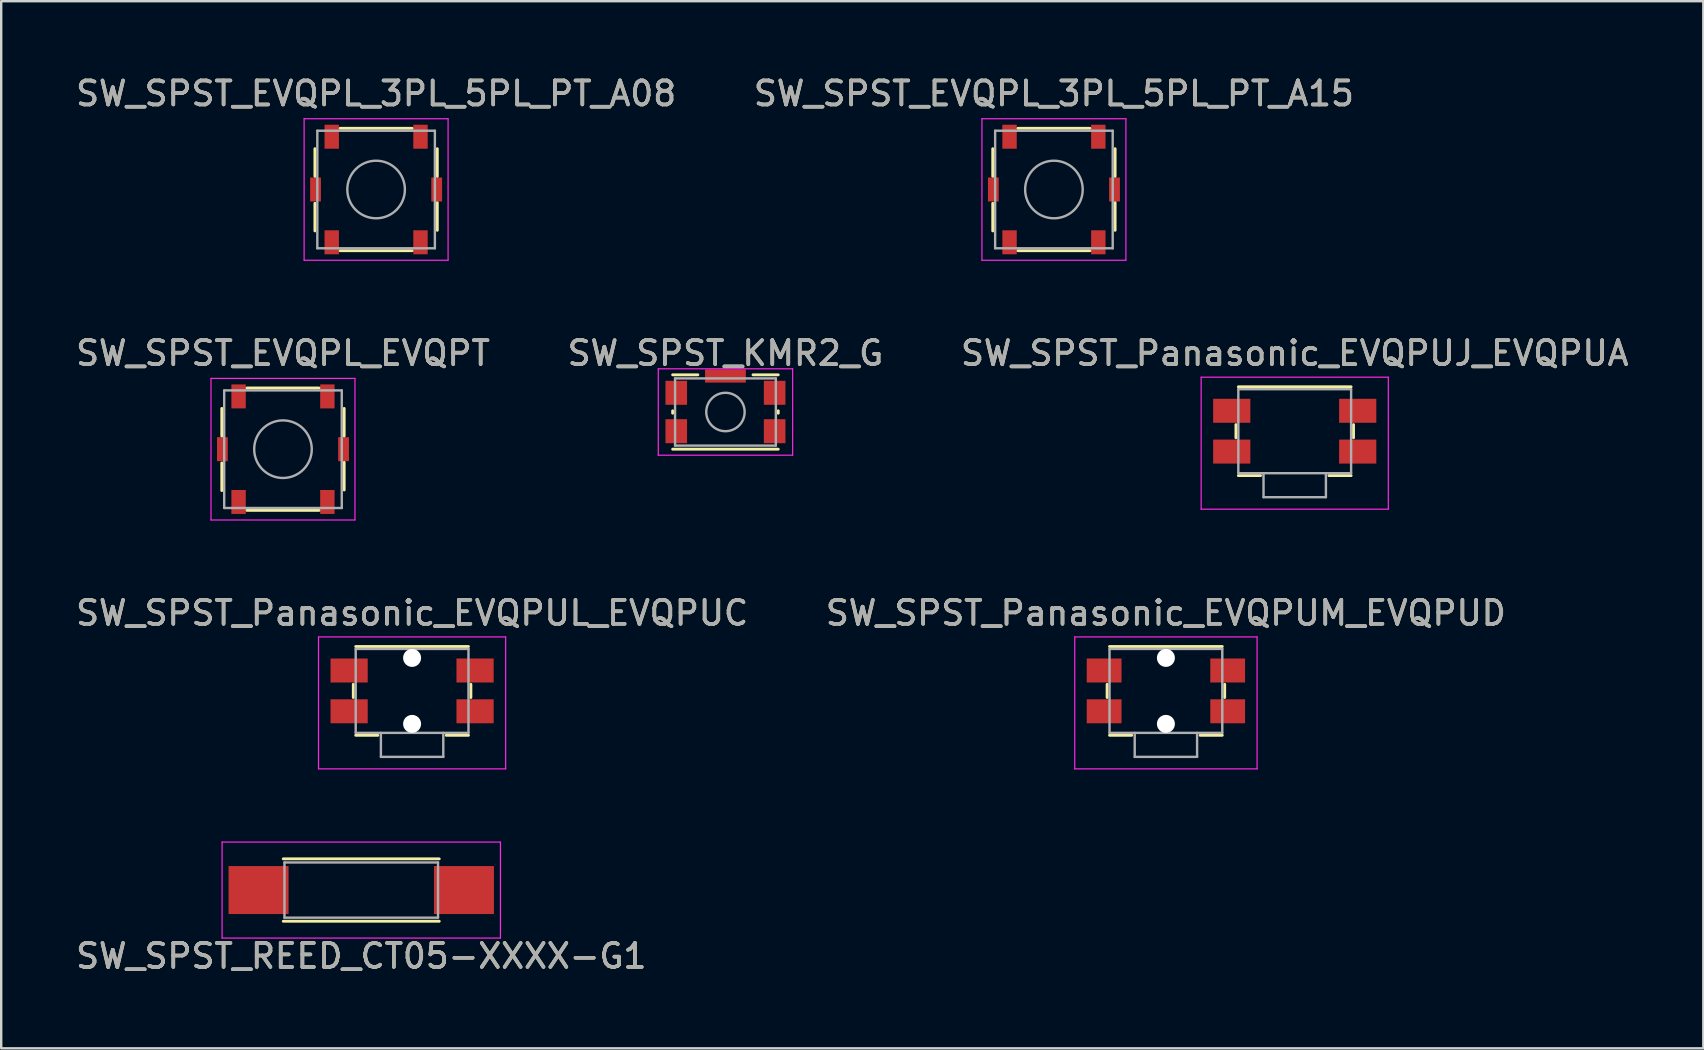
<source format=kicad_pcb>
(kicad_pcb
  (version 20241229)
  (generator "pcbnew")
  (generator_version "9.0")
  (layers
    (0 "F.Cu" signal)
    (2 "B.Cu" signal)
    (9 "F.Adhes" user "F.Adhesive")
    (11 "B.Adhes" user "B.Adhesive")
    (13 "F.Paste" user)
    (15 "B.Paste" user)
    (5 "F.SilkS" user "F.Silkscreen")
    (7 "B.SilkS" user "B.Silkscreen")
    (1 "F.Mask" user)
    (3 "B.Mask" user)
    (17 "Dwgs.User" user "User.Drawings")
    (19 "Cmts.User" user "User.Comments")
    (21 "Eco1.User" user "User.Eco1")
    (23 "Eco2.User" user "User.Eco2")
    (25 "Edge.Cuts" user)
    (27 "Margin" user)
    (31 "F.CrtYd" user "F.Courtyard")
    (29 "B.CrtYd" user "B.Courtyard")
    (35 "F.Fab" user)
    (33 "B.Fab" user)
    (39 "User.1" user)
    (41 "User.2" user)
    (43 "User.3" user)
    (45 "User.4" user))
  (footprint "SW_SPST_Panasonic_EVQPUM_EVQPUD"
    (layer "F.Cu")
    (at 45.542 25.745)
    (property "Reference" "SW_SPST_Panasonic_EVQPUM_EVQPUD" (at 0 -3.25 0) (layer "F.SilkS") (effects (font (size 1 1) (thickness 0.15))))
    (attr smd)
    (fp_line (start -2.45 -0.275) (end -2.45 0.275) (stroke (width 0.12) (type solid)) (layer "F.SilkS"))
    (fp_line (start -2.35 -1.85) (end 2.35 -1.85) (stroke (width 0.12) (type solid)) (layer "F.SilkS"))
    (fp_line (start -2.35 1.85) (end -1.425 1.85) (stroke (width 0.12) (type solid)) (layer "F.SilkS"))
    (fp_line (start 1.425 1.85) (end 2.35 1.85) (stroke (width 0.12) (type solid)) (layer "F.SilkS"))
    (fp_line (start 2.45 -0.275) (end 2.45 0.275) (stroke (width 0.12) (type solid)) (layer "F.SilkS"))
    (fp_line (start -3.8 -2.25) (end -3.8 3.25) (stroke (width 0.05) (type solid)) (layer "F.CrtYd"))
    (fp_line (start -3.8 -2.25) (end 3.8 -2.25) (stroke (width 0.05) (type solid)) (layer "F.CrtYd"))
    (fp_line (start -3.8 3.25) (end 3.8 3.25) (stroke (width 0.05) (type solid)) (layer "F.CrtYd"))
    (fp_line (start 3.8 -2.25) (end 3.8 3.25) (stroke (width 0.05) (type solid)) (layer "F.CrtYd"))
    (fp_line (start -2.35 -1.75) (end -2.35 1.75) (stroke (width 0.1) (type solid)) (layer "F.Fab"))
    (fp_line (start -2.35 -1.75) (end 2.35 -1.75) (stroke (width 0.1) (type solid)) (layer "F.Fab"))
    (fp_line (start -2.35 1.75) (end 2.35 1.75) (stroke (width 0.1) (type solid)) (layer "F.Fab"))
    (fp_line (start -1.3 2.75) (end -1.3 1.75) (stroke (width 0.1) (type solid)) (layer "F.Fab"))
    (fp_line (start -1.3 2.75) (end 1.3 2.75) (stroke (width 0.1) (type solid)) (layer "F.Fab"))
    (fp_line (start 1.3 2.75) (end 1.3 1.75) (stroke (width 0.1) (type solid)) (layer "F.Fab"))
    (fp_line (start 2.35 -1.75) (end 2.35 1.75) (stroke (width 0.1) (type solid)) (layer "F.Fab"))
    (fp_text user "${REFERENCE}" (at 0 -3.25 0) (layer "F.Fab") (effects (font (size 1 1) (thickness 0.15))))
    (pad "" np_thru_hole circle (at 0 -1.375) (size 0.75 0.75) (drill 0.75) (layers "*.Cu" "*.Mask"))
    (pad "" np_thru_hole circle (at 0 1.375) (size 0.75 0.75) (drill 0.75) (layers "*.Cu" "*.Mask"))
    (pad "1" smd rect (at 2.575 -0.85) (size 1.45 1) (layers "F.Cu" "F.Mask" "F.Paste"))
    (pad "1" smd rect (at 2.575 0.85) (size 1.45 1) (layers "F.Cu" "F.Mask" "F.Paste"))
    (pad "2" smd rect (at -2.575 -0.85) (size 1.45 1) (layers "F.Cu" "F.Mask" "F.Paste"))
    (pad "2" smd rect (at -2.575 0.85) (size 1.45 1) (layers "F.Cu" "F.Mask" "F.Paste")))
  (footprint "SW_SPST_Panasonic_EVQPUL_EVQPUC"
    (layer "F.Cu")
    (at 14.125 25.745)
    (property "Reference" "SW_SPST_Panasonic_EVQPUL_EVQPUC" (at 0 -3.25 0) (layer "F.SilkS") (effects (font (size 1 1) (thickness 0.15))))
    (attr smd)
    (fp_line (start -2.45 -0.275) (end -2.45 0.275) (stroke (width 0.12) (type solid)) (layer "F.SilkS"))
    (fp_line (start -2.35 -1.85) (end 2.35 -1.85) (stroke (width 0.12) (type solid)) (layer "F.SilkS"))
    (fp_line (start -2.35 1.85) (end -1.425 1.85) (stroke (width 0.12) (type solid)) (layer "F.SilkS"))
    (fp_line (start 1.425 1.85) (end 2.35 1.85) (stroke (width 0.12) (type solid)) (layer "F.SilkS"))
    (fp_line (start 2.45 -0.275) (end 2.45 0.275) (stroke (width 0.12) (type solid)) (layer "F.SilkS"))
    (fp_line (start -3.9 -2.25) (end -3.9 3.25) (stroke (width 0.05) (type solid)) (layer "F.CrtYd"))
    (fp_line (start -3.9 -2.25) (end 3.9 -2.25) (stroke (width 0.05) (type solid)) (layer "F.CrtYd"))
    (fp_line (start -3.9 3.25) (end 3.9 3.25) (stroke (width 0.05) (type solid)) (layer "F.CrtYd"))
    (fp_line (start 3.9 -2.25) (end 3.9 3.25) (stroke (width 0.05) (type solid)) (layer "F.CrtYd"))
    (fp_line (start -2.35 -1.75) (end -2.35 1.75) (stroke (width 0.1) (type solid)) (layer "F.Fab"))
    (fp_line (start -2.35 -1.75) (end 2.35 -1.75) (stroke (width 0.1) (type solid)) (layer "F.Fab"))
    (fp_line (start -2.35 1.75) (end 2.35 1.75) (stroke (width 0.1) (type solid)) (layer "F.Fab"))
    (fp_line (start -1.3 2.75) (end -1.3 1.75) (stroke (width 0.1) (type solid)) (layer "F.Fab"))
    (fp_line (start -1.3 2.75) (end 1.3 2.75) (stroke (width 0.1) (type solid)) (layer "F.Fab"))
    (fp_line (start 1.3 2.75) (end 1.3 1.75) (stroke (width 0.1) (type solid)) (layer "F.Fab"))
    (fp_line (start 2.35 -1.75) (end 2.35 1.75) (stroke (width 0.1) (type solid)) (layer "F.Fab"))
    (fp_text user "${REFERENCE}" (at 0 -3.25 0) (layer "F.Fab") (effects (font (size 1 1) (thickness 0.15))))
    (pad "" np_thru_hole circle (at 0 -1.375) (size 0.75 0.75) (drill 0.75) (layers "*.Cu" "*.Mask"))
    (pad "" np_thru_hole circle (at 0 1.375) (size 0.75 0.75) (drill 0.75) (layers "*.Cu" "*.Mask"))
    (pad "1" smd rect (at 2.625 -0.85) (size 1.55 1) (layers "F.Cu" "F.Mask" "F.Paste"))
    (pad "1" smd rect (at 2.625 0.85) (size 1.55 1) (layers "F.Cu" "F.Mask" "F.Paste"))
    (pad "2" smd rect (at -2.625 -0.85) (size 1.55 1) (layers "F.Cu" "F.Mask" "F.Paste"))
    (pad "2" smd rect (at -2.625 0.85) (size 1.55 1) (layers "F.Cu" "F.Mask" "F.Paste")))
  (footprint "SW_SPST_Panasonic_EVQPUJ_EVQPUA"
    (layer "F.Cu")
    (at 50.911 14.921)
    (property "Reference" "SW_SPST_Panasonic_EVQPUJ_EVQPUA" (at 0 -3.25 0) (layer "F.SilkS") (effects (font (size 1 1) (thickness 0.15))))
    (attr smd)
    (fp_line (start -2.45 -0.275) (end -2.45 0.275) (stroke (width 0.12) (type solid)) (layer "F.SilkS"))
    (fp_line (start -2.35 -1.85) (end 2.35 -1.85) (stroke (width 0.12) (type solid)) (layer "F.SilkS"))
    (fp_line (start -2.35 1.85) (end -1.425 1.85) (stroke (width 0.12) (type solid)) (layer "F.SilkS"))
    (fp_line (start 1.425 1.85) (end 2.35 1.85) (stroke (width 0.12) (type solid)) (layer "F.SilkS"))
    (fp_line (start 2.45 -0.275) (end 2.45 0.275) (stroke (width 0.12) (type solid)) (layer "F.SilkS"))
    (fp_line (start -3.9 -2.25) (end -3.9 3.25) (stroke (width 0.05) (type solid)) (layer "F.CrtYd"))
    (fp_line (start -3.9 -2.25) (end 3.9 -2.25) (stroke (width 0.05) (type solid)) (layer "F.CrtYd"))
    (fp_line (start -3.9 3.25) (end 3.9 3.25) (stroke (width 0.05) (type solid)) (layer "F.CrtYd"))
    (fp_line (start 3.9 -2.25) (end 3.9 3.25) (stroke (width 0.05) (type solid)) (layer "F.CrtYd"))
    (fp_line (start -2.35 -1.75) (end -2.35 1.75) (stroke (width 0.1) (type solid)) (layer "F.Fab"))
    (fp_line (start -2.35 -1.75) (end 2.35 -1.75) (stroke (width 0.1) (type solid)) (layer "F.Fab"))
    (fp_line (start -2.35 1.75) (end 2.35 1.75) (stroke (width 0.1) (type solid)) (layer "F.Fab"))
    (fp_line (start -1.3 2.75) (end -1.3 1.75) (stroke (width 0.1) (type solid)) (layer "F.Fab"))
    (fp_line (start -1.3 2.75) (end 1.3 2.75) (stroke (width 0.1) (type solid)) (layer "F.Fab"))
    (fp_line (start 1.3 2.75) (end 1.3 1.75) (stroke (width 0.1) (type solid)) (layer "F.Fab"))
    (fp_line (start 2.35 -1.75) (end 2.35 1.75) (stroke (width 0.1) (type solid)) (layer "F.Fab"))
    (fp_text user "${REFERENCE}" (at 0 -3.25 0) (layer "F.Fab") (effects (font (size 1 1) (thickness 0.15))))
    (pad "1" smd rect (at 2.625 -0.85) (size 1.55 1) (layers "F.Cu" "F.Mask" "F.Paste"))
    (pad "1" smd rect (at 2.625 0.85) (size 1.55 1) (layers "F.Cu" "F.Mask" "F.Paste"))
    (pad "2" smd rect (at -2.625 -0.85) (size 1.55 1) (layers "F.Cu" "F.Mask" "F.Paste"))
    (pad "2" smd rect (at -2.625 0.85) (size 1.55 1) (layers "F.Cu" "F.Mask" "F.Paste")))
  (footprint "SW_SPST_EVQPL_EVQPT"
    (layer "F.Cu")
    (at 8.744 15.671)
    (property "Reference" "SW_SPST_EVQPL_EVQPT" (at 0 -4 0) (layer "F.SilkS") (effects (font (size 1 1) (thickness 0.15))))
    (attr smd)
    (fp_line (start -2.55 -1.7) (end -2.55 -0.55) (stroke (width 0.12) (type solid)) (layer "F.SilkS"))
    (fp_line (start -2.55 0.575) (end -2.55 1.725) (stroke (width 0.12) (type solid)) (layer "F.SilkS"))
    (fp_line (start -1.5 -2.55) (end 1.5 -2.55) (stroke (width 0.12) (type solid)) (layer "F.SilkS"))
    (fp_line (start -1.5 2.55) (end 1.5 2.55) (stroke (width 0.12) (type solid)) (layer "F.SilkS"))
    (fp_line (start 2.55 -1.7) (end 2.55 -0.55) (stroke (width 0.12) (type solid)) (layer "F.SilkS"))
    (fp_line (start 2.55 0.55) (end 2.55 1.7) (stroke (width 0.12) (type solid)) (layer "F.SilkS"))
    (fp_line (start -3 -2.95) (end 3 -2.95) (stroke (width 0.05) (type solid)) (layer "F.CrtYd"))
    (fp_line (start -3 2.95) (end -3 -2.95) (stroke (width 0.05) (type solid)) (layer "F.CrtYd"))
    (fp_line (start -3 2.95) (end 3 2.95) (stroke (width 0.05) (type solid)) (layer "F.CrtYd"))
    (fp_line (start 3 2.95) (end 3 -2.95) (stroke (width 0.05) (type solid)) (layer "F.CrtYd"))
    (fp_line (start -2.45 -2.45) (end -2.45 2.45) (stroke (width 0.1) (type solid)) (layer "F.Fab"))
    (fp_line (start -2.45 -2.45) (end 2.45 -2.45) (stroke (width 0.1) (type solid)) (layer "F.Fab"))
    (fp_line (start 2.45 -2.45) (end 2.45 2.45) (stroke (width 0.1) (type solid)) (layer "F.Fab"))
    (fp_line (start 2.45 2.45) (end -2.45 2.45) (stroke (width 0.1) (type solid)) (layer "F.Fab"))
    (fp_circle (center 0 0) (end 1.2 0) (stroke (width 0.1) (type solid)) (fill no) (layer "F.Fab"))
    (fp_text user "${REFERENCE}" (at 0 -4 0) (layer "F.Fab") (effects (font (size 1 1) (thickness 0.15))))
    (pad "" smd rect (at -2.525 0) (size 0.45 1) (layers "F.Cu" "F.Mask" "F.Paste"))
    (pad "" smd rect (at 2.525 0) (size 0.45 1) (layers "F.Cu" "F.Mask" "F.Paste"))
    (pad "1" smd rect (at -1.85 -2.2) (size 0.6 1) (layers "F.Cu" "F.Mask" "F.Paste"))
    (pad "1" smd rect (at -1.85 2.2) (size 0.6 1) (layers "F.Cu" "F.Mask" "F.Paste"))
    (pad "2" smd rect (at 1.85 -2.2) (size 0.6 1) (layers "F.Cu" "F.Mask" "F.Paste"))
    (pad "2" smd rect (at 1.85 2.2) (size 0.6 1) (layers "F.Cu" "F.Mask" "F.Paste")))
  (footprint "SW_SPST_EVQPL_3PL_5PL_PT_A15"
    (layer "F.Cu")
    (at 40.875 4.848)
    (property "Reference" "SW_SPST_EVQPL_3PL_5PL_PT_A15" (at 0 -4 0) (layer "F.SilkS") (effects (font (size 1 1) (thickness 0.15))))
    (attr smd)
    (fp_line (start -2.55 -1.7) (end -2.55 -0.55) (stroke (width 0.12) (type solid)) (layer "F.SilkS"))
    (fp_line (start -2.55 0.575) (end -2.55 1.725) (stroke (width 0.12) (type solid)) (layer "F.SilkS"))
    (fp_line (start -1.5 -2.55) (end 1.5 -2.55) (stroke (width 0.12) (type solid)) (layer "F.SilkS"))
    (fp_line (start -1.5 2.55) (end 1.5 2.55) (stroke (width 0.12) (type solid)) (layer "F.SilkS"))
    (fp_line (start 2.55 -1.7) (end 2.55 -0.55) (stroke (width 0.12) (type solid)) (layer "F.SilkS"))
    (fp_line (start 2.55 0.55) (end 2.55 1.7) (stroke (width 0.12) (type solid)) (layer "F.SilkS"))
    (fp_line (start -3 -2.95) (end 3 -2.95) (stroke (width 0.05) (type solid)) (layer "F.CrtYd"))
    (fp_line (start -3 2.95) (end -3 -2.95) (stroke (width 0.05) (type solid)) (layer "F.CrtYd"))
    (fp_line (start -3 2.95) (end 3 2.95) (stroke (width 0.05) (type solid)) (layer "F.CrtYd"))
    (fp_line (start 3 2.95) (end 3 -2.95) (stroke (width 0.05) (type solid)) (layer "F.CrtYd"))
    (fp_line (start -2.45 -2.45) (end -2.45 2.45) (stroke (width 0.1) (type solid)) (layer "F.Fab"))
    (fp_line (start -2.45 -2.45) (end 2.45 -2.45) (stroke (width 0.1) (type solid)) (layer "F.Fab"))
    (fp_line (start 2.45 -2.45) (end 2.45 2.45) (stroke (width 0.1) (type solid)) (layer "F.Fab"))
    (fp_line (start 2.45 2.45) (end -2.45 2.45) (stroke (width 0.1) (type solid)) (layer "F.Fab"))
    (fp_circle (center 0 0) (end 1.2 0) (stroke (width 0.1) (type solid)) (fill no) (layer "F.Fab"))
    (fp_text user "${REFERENCE}" (at 0 -4 0) (layer "F.Fab") (effects (font (size 1 1) (thickness 0.15))))
    (pad "" smd rect (at -2.525 0) (size 0.45 1) (layers "F.Cu" "F.Mask" "F.Paste"))
    (pad "" smd rect (at 2.525 0) (size 0.45 1) (layers "F.Cu" "F.Mask" "F.Paste"))
    (pad "1" smd rect (at -1.85 -2.2) (size 0.6 1) (layers "F.Cu" "F.Mask" "F.Paste"))
    (pad "1" smd rect (at -1.85 2.2) (size 0.6 1) (layers "F.Cu" "F.Mask" "F.Paste"))
    (pad "2" smd rect (at 1.85 -2.2) (size 0.6 1) (layers "F.Cu" "F.Mask" "F.Paste"))
    (pad "2" smd rect (at 1.85 2.2) (size 0.6 1) (layers "F.Cu" "F.Mask" "F.Paste")))
  (footprint "SW_SPST_EVQPL_3PL_5PL_PT_A08"
    (layer "F.Cu")
    (at 12.625 4.848)
    (property "Reference" "SW_SPST_EVQPL_3PL_5PL_PT_A08" (at 0 -4 0) (layer "F.SilkS") (effects (font (size 1 1) (thickness 0.15))))
    (attr smd)
    (fp_line (start -2.55 -1.7) (end -2.55 -0.55) (stroke (width 0.12) (type solid)) (layer "F.SilkS"))
    (fp_line (start -2.55 0.575) (end -2.55 1.725) (stroke (width 0.12) (type solid)) (layer "F.SilkS"))
    (fp_line (start -1.5 -2.55) (end 1.5 -2.55) (stroke (width 0.12) (type solid)) (layer "F.SilkS"))
    (fp_line (start -1.5 2.55) (end 1.5 2.55) (stroke (width 0.12) (type solid)) (layer "F.SilkS"))
    (fp_line (start 2.55 -1.7) (end 2.55 -0.55) (stroke (width 0.12) (type solid)) (layer "F.SilkS"))
    (fp_line (start 2.55 0.55) (end 2.55 1.7) (stroke (width 0.12) (type solid)) (layer "F.SilkS"))
    (fp_line (start -3 -2.95) (end 3 -2.95) (stroke (width 0.05) (type solid)) (layer "F.CrtYd"))
    (fp_line (start -3 2.95) (end -3 -2.95) (stroke (width 0.05) (type solid)) (layer "F.CrtYd"))
    (fp_line (start -3 2.95) (end 3 2.95) (stroke (width 0.05) (type solid)) (layer "F.CrtYd"))
    (fp_line (start 3 2.95) (end 3 -2.95) (stroke (width 0.05) (type solid)) (layer "F.CrtYd"))
    (fp_line (start -2.45 -2.45) (end -2.45 2.45) (stroke (width 0.1) (type solid)) (layer "F.Fab"))
    (fp_line (start -2.45 -2.45) (end 2.45 -2.45) (stroke (width 0.1) (type solid)) (layer "F.Fab"))
    (fp_line (start 2.45 -2.45) (end 2.45 2.45) (stroke (width 0.1) (type solid)) (layer "F.Fab"))
    (fp_line (start 2.45 2.45) (end -2.45 2.45) (stroke (width 0.1) (type solid)) (layer "F.Fab"))
    (fp_circle (center 0 0) (end 1.2 0) (stroke (width 0.1) (type solid)) (fill no) (layer "F.Fab"))
    (fp_text user "${REFERENCE}" (at 0 -4 0) (layer "F.Fab") (effects (font (size 1 1) (thickness 0.15))))
    (pad "" smd rect (at -2.525 0) (size 0.45 1) (layers "F.Cu" "F.Mask" "F.Paste"))
    (pad "" smd rect (at 2.525 0) (size 0.45 1) (layers "F.Cu" "F.Mask" "F.Paste"))
    (pad "1" smd rect (at -1.85 -2.2) (size 0.6 1) (layers "F.Cu" "F.Mask" "F.Paste"))
    (pad "1" smd rect (at -1.85 2.2) (size 0.6 1) (layers "F.Cu" "F.Mask" "F.Paste"))
    (pad "2" smd rect (at 1.85 -2.2) (size 0.6 1) (layers "F.Cu" "F.Mask" "F.Paste"))
    (pad "2" smd rect (at 1.85 2.2) (size 0.6 1) (layers "F.Cu" "F.Mask" "F.Paste")))
  (footprint "SW_SPST_REED_CT05-XXXX-G1"
    (layer "F.Cu")
    (at 12.006 34.045)
    (property "Reference" "SW_SPST_REED_CT05-XXXX-G1" (at 0 2.75 0) (layer "F.SilkS") (effects (font (size 1 1) (thickness 0.15))))
    (attr smd)
    (fp_line (start -3.25 -1.3) (end 3.25 -1.3) (stroke (width 0.12) (type solid)) (layer "F.SilkS"))
    (fp_line (start 3.25 1.3) (end -3.25 1.3) (stroke (width 0.12) (type solid)) (layer "F.SilkS"))
    (fp_line (start -5.8 -2) (end 5.8 -2) (stroke (width 0.05) (type solid)) (layer "F.CrtYd"))
    (fp_line (start -5.8 2) (end -5.8 -2) (stroke (width 0.05) (type solid)) (layer "F.CrtYd"))
    (fp_line (start 5.8 -2) (end 5.8 2) (stroke (width 0.05) (type solid)) (layer "F.CrtYd"))
    (fp_line (start 5.8 2) (end -5.8 2) (stroke (width 0.05) (type solid)) (layer "F.CrtYd"))
    (fp_line (start -3.2 -1.15) (end -3.2 1.15) (stroke (width 0.1) (type solid)) (layer "F.Fab"))
    (fp_line (start -3.2 1.15) (end 3.2 1.15) (stroke (width 0.1) (type solid)) (layer "F.Fab"))
    (fp_line (start 3.2 -1.15) (end -3.2 -1.15) (stroke (width 0.1) (type solid)) (layer "F.Fab"))
    (fp_line (start 3.2 1.15) (end 3.2 -1.15) (stroke (width 0.1) (type solid)) (layer "F.Fab"))
    (fp_text user "${REFERENCE}" (at 0 2.75 0) (layer "F.Fab") (effects (font (size 1 1) (thickness 0.15))))
    (pad "1" smd rect (at -4.28 0) (size 2.5 2) (layers "F.Cu" "F.Mask" "F.Paste"))
    (pad "2" smd rect (at 4.28 0) (size 2.5 2) (layers "F.Cu" "F.Mask" "F.Paste")))
  (footprint "SW_SPST_KMR2_G"
    (layer "F.Cu")
    (at 27.185 14.121)
    (property "Reference" "SW_SPST_KMR2_G" (at 0 -2.45 0) (layer "F.SilkS") (effects (font (size 1 1) (thickness 0.15))))
    (attr smd)
    (fp_line (start -2.2 0.05) (end -2.2 -0.05) (stroke (width 0.12) (type solid)) (layer "F.SilkS"))
    (fp_line (start -2.2 1.55) (end 2.2 1.55) (stroke (width 0.12) (type solid)) (layer "F.SilkS"))
    (fp_line (start -1.15 -1.55) (end -2.2 -1.55) (stroke (width 0.12) (type solid)) (layer "F.SilkS"))
    (fp_line (start 2.2 -1.55) (end 1.15 -1.55) (stroke (width 0.12) (type solid)) (layer "F.SilkS"))
    (fp_line (start 2.2 0.05) (end 2.2 -0.05) (stroke (width 0.12) (type solid)) (layer "F.SilkS"))
    (fp_line (start -2.8 -1.8) (end 2.8 -1.8) (stroke (width 0.05) (type solid)) (layer "F.CrtYd"))
    (fp_line (start -2.8 1.8) (end -2.8 -1.8) (stroke (width 0.05) (type solid)) (layer "F.CrtYd"))
    (fp_line (start 2.8 -1.8) (end 2.8 1.8) (stroke (width 0.05) (type solid)) (layer "F.CrtYd"))
    (fp_line (start 2.8 1.8) (end -2.8 1.8) (stroke (width 0.05) (type solid)) (layer "F.CrtYd"))
    (fp_line (start -2.1 -1.4) (end 2.1 -1.4) (stroke (width 0.1) (type solid)) (layer "F.Fab"))
    (fp_line (start -2.1 1.4) (end -2.1 -1.4) (stroke (width 0.1) (type solid)) (layer "F.Fab"))
    (fp_line (start 2.1 -1.4) (end 2.1 1.4) (stroke (width 0.1) (type solid)) (layer "F.Fab"))
    (fp_line (start 2.1 1.4) (end -2.1 1.4) (stroke (width 0.1) (type solid)) (layer "F.Fab"))
    (fp_circle (center 0 0) (end 0 0.8) (stroke (width 0.1) (type solid)) (fill no) (layer "F.Fab"))
    (fp_text user "${REFERENCE}" (at 0 -2.45 0) (layer "F.Fab") (effects (font (size 1 1) (thickness 0.15))))
    (pad "1" smd rect (at -2.05 -0.8) (size 0.9 1) (layers "F.Cu" "F.Mask" "F.Paste"))
    (pad "1" smd rect (at 2.05 -0.8) (size 0.9 1) (layers "F.Cu" "F.Mask" "F.Paste"))
    (pad "2" smd rect (at -2.05 0.8) (size 0.9 1) (layers "F.Cu" "F.Mask" "F.Paste"))
    (pad "2" smd rect (at 2.05 0.8) (size 0.9 1) (layers "F.Cu" "F.Mask" "F.Paste"))
    (pad "3" smd rect (at 0 -1.5) (size 1.7 0.55) (layers "F.Cu" "F.Mask" "F.Paste")))
  (gr_rect
    (start -3 -3)
    (end 67.94 40.643)
    (stroke (width 0.1) (type default))
    (fill no)
    (layer "Edge.Cuts")))
</source>
